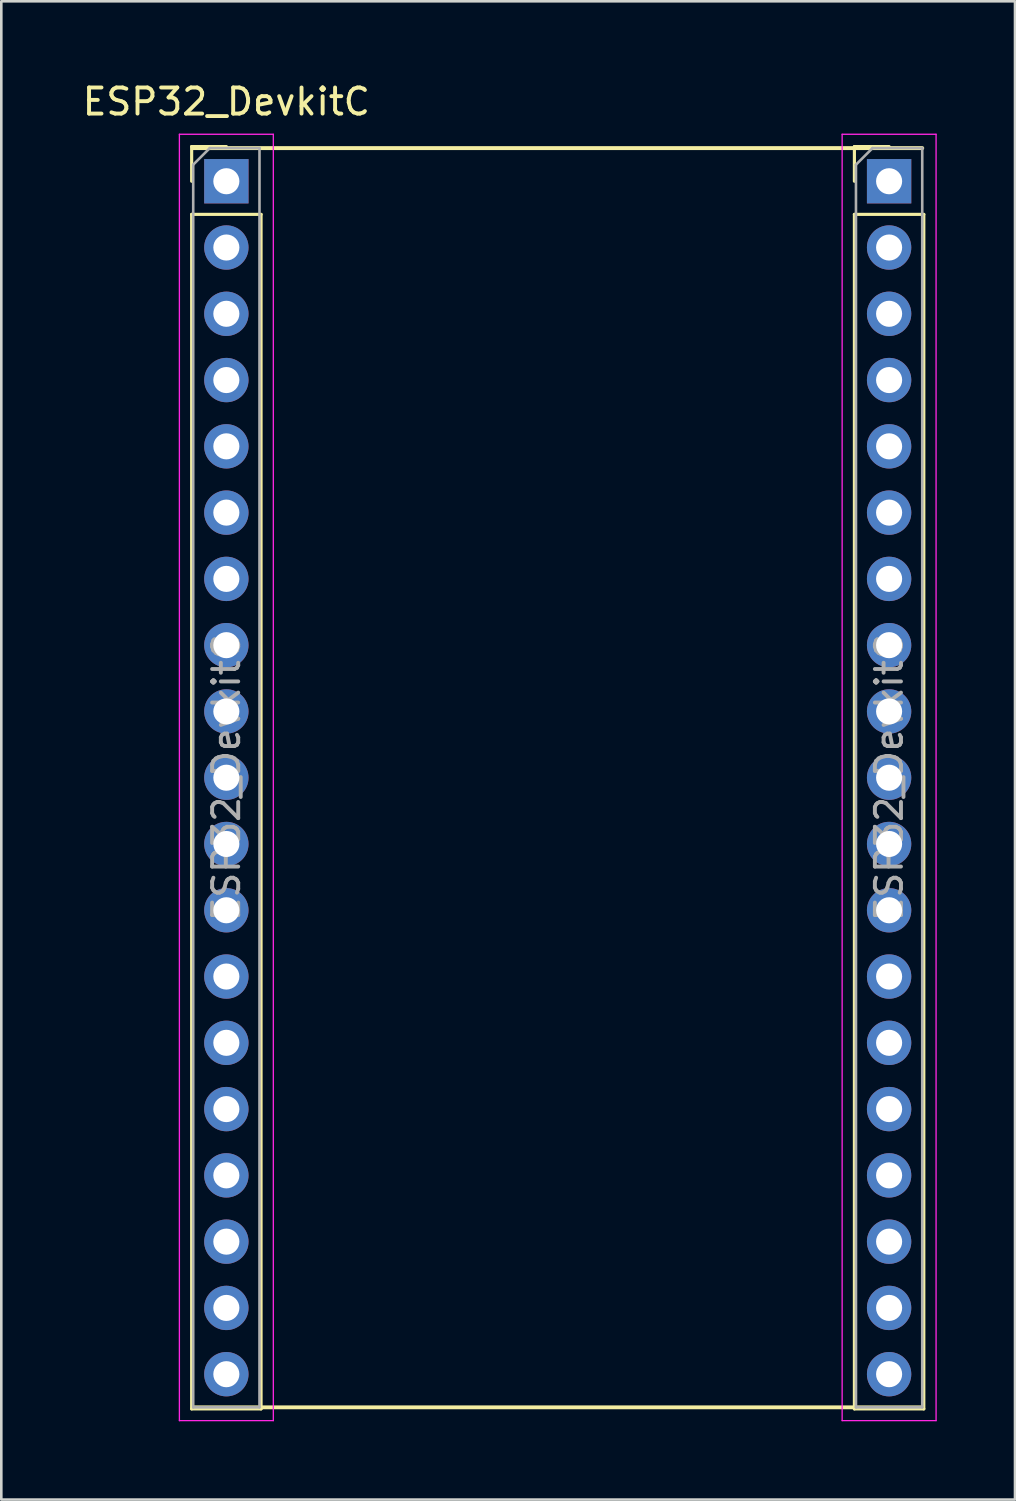
<source format=kicad_pcb>
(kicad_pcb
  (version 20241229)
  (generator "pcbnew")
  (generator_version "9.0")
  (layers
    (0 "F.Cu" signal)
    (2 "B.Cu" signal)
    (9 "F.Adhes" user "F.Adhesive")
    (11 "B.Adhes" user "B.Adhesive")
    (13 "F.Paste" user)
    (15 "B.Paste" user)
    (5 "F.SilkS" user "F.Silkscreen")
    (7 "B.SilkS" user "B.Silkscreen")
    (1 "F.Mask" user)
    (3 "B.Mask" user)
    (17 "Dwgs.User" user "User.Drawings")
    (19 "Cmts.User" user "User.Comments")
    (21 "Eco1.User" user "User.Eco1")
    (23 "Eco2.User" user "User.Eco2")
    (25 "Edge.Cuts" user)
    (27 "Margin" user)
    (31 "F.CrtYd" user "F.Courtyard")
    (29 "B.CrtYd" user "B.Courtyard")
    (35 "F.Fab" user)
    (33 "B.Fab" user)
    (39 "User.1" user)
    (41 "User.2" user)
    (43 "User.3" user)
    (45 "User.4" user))
  (footprint "ESP32_DevkitC"
    (layer "F.Cu")
    (at 4.355 2.626)
    (property "Reference" "ESP32_DevkitC" (at 1.27 -1.778 0) (layer "F.SilkS") (effects (font (size 1 1) (thickness 0.15))))
    (attr through_hole)
    (fp_line (start -0.06 -0.06) (end 1.27 -0.06) (stroke (width 0.12) (type solid)) (layer "F.SilkS"))
    (fp_line (start -0.06 1.27) (end -0.06 -0.06) (stroke (width 0.12) (type solid)) (layer "F.SilkS"))
    (fp_line (start -0.06 2.54) (end -0.06 48.32) (stroke (width 0.12) (type solid)) (layer "F.SilkS"))
    (fp_line (start -0.06 2.54) (end 2.6 2.54) (stroke (width 0.12) (type solid)) (layer "F.SilkS"))
    (fp_line (start -0.06 48.32) (end 2.6 48.32) (stroke (width 0.12) (type solid)) (layer "F.SilkS"))
    (fp_line (start 0 0) (end 27.94 0) (stroke (width 0.15) (type solid)) (layer "F.SilkS"))
    (fp_line (start 2.6 2.54) (end 2.6 48.32) (stroke (width 0.12) (type solid)) (layer "F.SilkS"))
    (fp_line (start 25.34 -0.06) (end 26.67 -0.06) (stroke (width 0.12) (type solid)) (layer "F.SilkS"))
    (fp_line (start 25.34 1.27) (end 25.34 -0.06) (stroke (width 0.12) (type solid)) (layer "F.SilkS"))
    (fp_line (start 25.34 2.54) (end 25.34 48.32) (stroke (width 0.12) (type solid)) (layer "F.SilkS"))
    (fp_line (start 25.34 2.54) (end 28 2.54) (stroke (width 0.12) (type solid)) (layer "F.SilkS"))
    (fp_line (start 25.34 48.32) (end 28 48.32) (stroke (width 0.12) (type solid)) (layer "F.SilkS"))
    (fp_line (start 27.94 48.26) (end 0 48.26) (stroke (width 0.15) (type solid)) (layer "F.SilkS"))
    (fp_line (start 28 2.54) (end 28 48.32) (stroke (width 0.12) (type solid)) (layer "F.SilkS"))
    (fp_line (start -0.53 -0.53) (end -0.53 48.77) (stroke (width 0.05) (type solid)) (layer "F.CrtYd"))
    (fp_line (start -0.53 48.77) (end 3.07 48.77) (stroke (width 0.05) (type solid)) (layer "F.CrtYd"))
    (fp_line (start 3.07 -0.53) (end -0.53 -0.53) (stroke (width 0.05) (type solid)) (layer "F.CrtYd"))
    (fp_line (start 3.07 48.77) (end 3.07 -0.53) (stroke (width 0.05) (type solid)) (layer "F.CrtYd"))
    (fp_line (start 24.87 -0.53) (end 24.87 48.77) (stroke (width 0.05) (type solid)) (layer "F.CrtYd"))
    (fp_line (start 24.87 48.77) (end 28.47 48.77) (stroke (width 0.05) (type solid)) (layer "F.CrtYd"))
    (fp_line (start 28.47 -0.53) (end 24.87 -0.53) (stroke (width 0.05) (type solid)) (layer "F.CrtYd"))
    (fp_line (start 28.47 48.77) (end 28.47 -0.53) (stroke (width 0.05) (type solid)) (layer "F.CrtYd"))
    (fp_line (start 0 0.635) (end 0.635 0) (stroke (width 0.1) (type solid)) (layer "F.Fab"))
    (fp_line (start 0 48.26) (end 0 0.635) (stroke (width 0.1) (type solid)) (layer "F.Fab"))
    (fp_line (start 0.635 0) (end 2.54 0) (stroke (width 0.1) (type solid)) (layer "F.Fab"))
    (fp_line (start 2.54 0) (end 2.54 48.26) (stroke (width 0.1) (type solid)) (layer "F.Fab"))
    (fp_line (start 2.54 48.26) (end 0 48.26) (stroke (width 0.1) (type solid)) (layer "F.Fab"))
    (fp_line (start 25.4 0.635) (end 26.035 0) (stroke (width 0.1) (type solid)) (layer "F.Fab"))
    (fp_line (start 25.4 48.26) (end 25.4 0.635) (stroke (width 0.1) (type solid)) (layer "F.Fab"))
    (fp_line (start 26.035 0) (end 27.94 0) (stroke (width 0.1) (type solid)) (layer "F.Fab"))
    (fp_line (start 27.94 0) (end 27.94 48.26) (stroke (width 0.1) (type solid)) (layer "F.Fab"))
    (fp_line (start 27.94 48.26) (end 25.4 48.26) (stroke (width 0.1) (type solid)) (layer "F.Fab"))
    (fp_text user "${REFERENCE}" (at 26.67 24.13 90) (layer "F.Fab") (effects (font (size 1 1) (thickness 0.15))))
    (fp_text user "${REFERENCE}" (at 1.27 24.13 90) (layer "F.Fab") (effects (font (size 1 1) (thickness 0.15))))
    (pad "1" thru_hole oval (at 1.27 34.29) (size 1.7 1.7) (drill 1) (layers "*.Cu" "*.Mask"))
    (pad "2" thru_hole oval (at 1.27 46.99) (size 1.7 1.7) (drill 1) (layers "*.Cu" "*.Mask"))
    (pad "3" thru_hole oval (at 1.27 6.35) (size 1.7 1.7) (drill 1) (layers "*.Cu" "*.Mask"))
    (pad "4" thru_hole oval (at 1.27 8.89) (size 1.7 1.7) (drill 1) (layers "*.Cu" "*.Mask"))
    (pad "5" thru_hole oval (at 1.27 11.43) (size 1.7 1.7) (drill 1) (layers "*.Cu" "*.Mask"))
    (pad "6" thru_hole oval (at 1.27 13.97) (size 1.7 1.7) (drill 1) (layers "*.Cu" "*.Mask"))
    (pad "7" thru_hole oval (at 1.27 21.59) (size 1.7 1.7) (drill 1) (layers "*.Cu" "*.Mask"))
    (pad "8" thru_hole oval (at 1.27 16.51) (size 1.7 1.7) (drill 1) (layers "*.Cu" "*.Mask"))
    (pad "9" thru_hole oval (at 1.27 19.05) (size 1.7 1.7) (drill 1) (layers "*.Cu" "*.Mask"))
    (pad "10" thru_hole oval (at 1.27 24.13) (size 1.7 1.7) (drill 1) (layers "*.Cu" "*.Mask"))
    (pad "11" thru_hole oval (at 1.27 26.67) (size 1.7 1.7) (drill 1) (layers "*.Cu" "*.Mask"))
    (pad "12" thru_hole oval (at 1.27 29.21) (size 1.7 1.7) (drill 1) (layers "*.Cu" "*.Mask"))
    (pad "13" thru_hole oval (at 1.27 31.75) (size 1.7 1.7) (drill 1) (layers "*.Cu" "*.Mask"))
    (pad "14" thru_hole rect (at 1.27 1.27) (size 1.7 1.7) (drill 1) (layers "*.Cu" "*.Mask"))
    (pad "15" thru_hole oval (at 1.27 36.83) (size 1.7 1.7) (drill 1) (layers "*.Cu" "*.Mask"))
    (pad "16" thru_hole oval (at 1.27 39.37) (size 1.7 1.7) (drill 1) (layers "*.Cu" "*.Mask"))
    (pad "17" thru_hole oval (at 1.27 41.91) (size 1.7 1.7) (drill 1) (layers "*.Cu" "*.Mask"))
    (pad "18" thru_hole oval (at 1.27 44.45) (size 1.7 1.7) (drill 1) (layers "*.Cu" "*.Mask"))
    (pad "19" thru_hole oval (at 1.27 3.81) (size 1.7 1.7) (drill 1) (layers "*.Cu" "*.Mask"))
    (pad "20" thru_hole oval (at 26.67 46.99) (size 1.7 1.7) (drill 1) (layers "*.Cu" "*.Mask"))
    (pad "21" thru_hole oval (at 26.67 44.45) (size 1.7 1.7) (drill 1) (layers "*.Cu" "*.Mask"))
    (pad "22" thru_hole oval (at 26.67 41.91) (size 1.7 1.7) (drill 1) (layers "*.Cu" "*.Mask"))
    (pad "23" thru_hole oval (at 26.67 39.37) (size 1.7 1.7) (drill 1) (layers "*.Cu" "*.Mask"))
    (pad "24" thru_hole oval (at 26.67 36.83) (size 1.7 1.7) (drill 1) (layers "*.Cu" "*.Mask"))
    (pad "25" thru_hole oval (at 26.67 34.29) (size 1.7 1.7) (drill 1) (layers "*.Cu" "*.Mask"))
    (pad "26" thru_hole oval (at 26.67 31.75) (size 1.7 1.7) (drill 1) (layers "*.Cu" "*.Mask"))
    (pad "27" thru_hole oval (at 26.67 29.21) (size 1.7 1.7) (drill 1) (layers "*.Cu" "*.Mask"))
    (pad "28" thru_hole oval (at 26.67 26.67) (size 1.7 1.7) (drill 1) (layers "*.Cu" "*.Mask"))
    (pad "29" thru_hole oval (at 26.67 24.13) (size 1.7 1.7) (drill 1) (layers "*.Cu" "*.Mask"))
    (pad "30" thru_hole oval (at 26.67 21.59) (size 1.7 1.7) (drill 1) (layers "*.Cu" "*.Mask"))
    (pad "31" thru_hole oval (at 26.67 19.05) (size 1.7 1.7) (drill 1) (layers "*.Cu" "*.Mask"))
    (pad "32" thru_hole oval (at 26.67 16.51) (size 1.7 1.7) (drill 1) (layers "*.Cu" "*.Mask"))
    (pad "33" thru_hole oval (at 26.67 13.97) (size 1.7 1.7) (drill 1) (layers "*.Cu" "*.Mask"))
    (pad "34" thru_hole oval (at 26.67 11.43) (size 1.7 1.7) (drill 1) (layers "*.Cu" "*.Mask"))
    (pad "35" thru_hole oval (at 26.67 8.89) (size 1.7 1.7) (drill 1) (layers "*.Cu" "*.Mask"))
    (pad "36" thru_hole oval (at 26.67 6.35) (size 1.7 1.7) (drill 1) (layers "*.Cu" "*.Mask"))
    (pad "37" thru_hole oval (at 26.67 3.81) (size 1.7 1.7) (drill 1) (layers "*.Cu" "*.Mask"))
    (pad "38" thru_hole rect (at 26.67 1.27) (size 1.7 1.7) (drill 1) (layers "*.Cu" "*.Mask")))
  (gr_rect
    (start -3 -3)
    (end 35.85 54.421)
    (stroke (width 0.1) (type default))
    (fill no)
    (layer "Edge.Cuts")))
</source>
